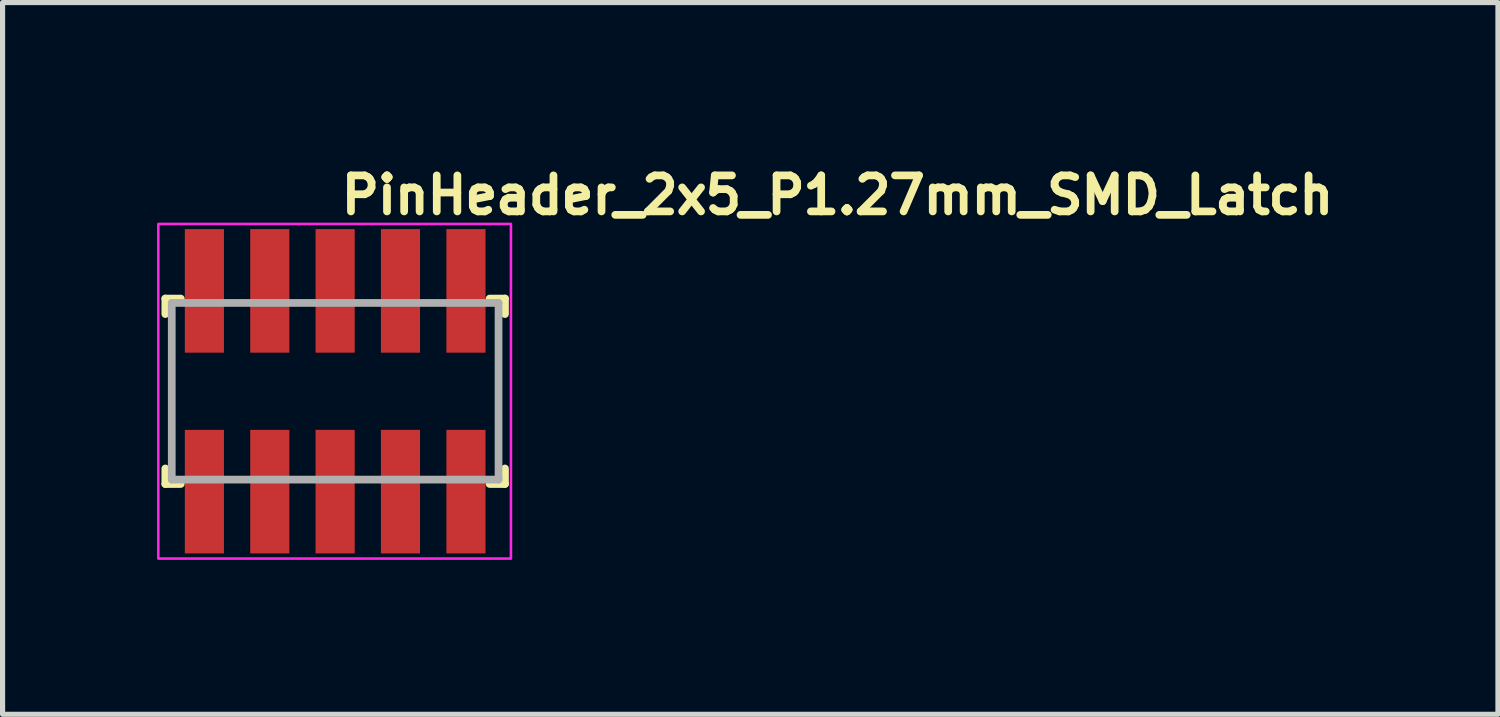
<source format=kicad_pcb>
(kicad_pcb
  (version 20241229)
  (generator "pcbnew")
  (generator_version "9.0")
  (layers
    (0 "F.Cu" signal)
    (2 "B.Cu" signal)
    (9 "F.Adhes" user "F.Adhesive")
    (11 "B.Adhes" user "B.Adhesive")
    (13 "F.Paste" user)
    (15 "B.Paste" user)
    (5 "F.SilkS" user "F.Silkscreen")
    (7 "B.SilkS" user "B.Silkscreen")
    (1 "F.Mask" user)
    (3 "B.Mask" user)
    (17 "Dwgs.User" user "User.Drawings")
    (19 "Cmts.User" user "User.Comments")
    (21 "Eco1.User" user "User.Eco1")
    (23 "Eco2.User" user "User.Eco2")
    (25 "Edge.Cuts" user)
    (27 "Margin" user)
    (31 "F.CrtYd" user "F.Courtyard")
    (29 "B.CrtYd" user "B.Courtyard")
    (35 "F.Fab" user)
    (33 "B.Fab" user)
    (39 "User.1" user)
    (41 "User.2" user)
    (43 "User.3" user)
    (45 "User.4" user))
  (footprint "PinHeader_2x5_P1.27mm_SMD_Latch"
    (layer "F.Cu")
    (at 3.501 4.55)
    (property "Reference" "PinHeader_2x5_P1.27mm_SMD_Latch" (at 0 -3.4 0) (layer "F.SilkS") (effects (font (size 0.7 0.7) (thickness 0.15)) (justify left bottom)))
    (attr smd)
    (fp_line (start -3.34 -1.801) (end -3.34 -1.5) (stroke (width 0.15) (type solid)) (layer "F.SilkS"))
    (fp_line (start -3.34 1.8) (end -3.34 1.499) (stroke (width 0.15) (type solid)) (layer "F.SilkS"))
    (fp_line (start -3.04 -1.801) (end -3.34 -1.801) (stroke (width 0.15) (type solid)) (layer "F.SilkS"))
    (fp_line (start -3.04 1.8) (end -3.34 1.8) (stroke (width 0.15) (type solid)) (layer "F.SilkS"))
    (fp_line (start 2.959 -1.801) (end 3.257 -1.801) (stroke (width 0.15) (type solid)) (layer "F.SilkS"))
    (fp_line (start 2.959 1.8) (end 3.257 1.8) (stroke (width 0.15) (type solid)) (layer "F.SilkS"))
    (fp_line (start 3.257 -1.801) (end 3.257 -1.5) (stroke (width 0.15) (type solid)) (layer "F.SilkS"))
    (fp_line (start 3.257 1.8) (end 3.257 1.499) (stroke (width 0.15) (type solid)) (layer "F.SilkS"))
    (fp_rect (start -3.476 -3.25) (end 3.373 3.249) (stroke (width 0.05) (type solid)) (fill no) (layer "F.CrtYd"))
    (fp_line (start -3.215 -1.716) (end -3.215 1.715) (stroke (width 0.15) (type solid)) (layer "F.Fab"))
    (fp_line (start 3.132 -1.716) (end -3.215 -1.716) (stroke (width 0.15) (type solid)) (layer "F.Fab"))
    (fp_line (start 3.132 -1.716) (end 3.132 1.715) (stroke (width 0.15) (type solid)) (layer "F.Fab"))
    (fp_line (start 3.132 1.715) (end -3.215 1.715) (stroke (width 0.15) (type solid)) (layer "F.Fab"))
    (fp_rect (start -3.176 -2.75) (end 3.173 2.749) (stroke (width 0.1) (type solid)) (fill no) (layer "User.5"))
    (fp_line (start -3.176 -1.44) (end -3.176 1.439) (stroke (width 0.02) (type solid)) (layer "User.9"))
    (fp_line (start -3.176 1.439) (end -3.025 1.699) (stroke (width 0.02) (type solid)) (layer "User.9"))
    (fp_line (start -3.025 -1.7) (end -3.176 -1.44) (stroke (width 0.02) (type solid)) (layer "User.9"))
    (fp_line (start -3.025 1.699) (end -2.057 1.699) (stroke (width 0.02) (type solid)) (layer "User.9"))
    (fp_line (start -2.742 -1.7) (end -2.742 -2.75) (stroke (width 0.02) (type solid)) (layer "User.9"))
    (fp_line (start -2.742 -0.835) (end -2.742 -0.435) (stroke (width 0.02) (type solid)) (layer "User.9"))
    (fp_line (start -2.742 -0.435) (end -2.34 -0.435) (stroke (width 0.02) (type solid)) (layer "User.9"))
    (fp_line (start -2.742 0.433) (end -2.34 0.433) (stroke (width 0.02) (type solid)) (layer "User.9"))
    (fp_line (start -2.742 0.833) (end -2.742 0.433) (stroke (width 0.02) (type solid)) (layer "User.9"))
    (fp_line (start -2.742 1.699) (end -2.742 2.749) (stroke (width 0.02) (type solid)) (layer "User.9"))
    (fp_line (start -2.34 -2.75) (end -2.742 -2.75) (stroke (width 0.02) (type solid)) (layer "User.9"))
    (fp_line (start -2.34 -1.7) (end -2.34 -2.75) (stroke (width 0.02) (type solid)) (layer "User.9"))
    (fp_line (start -2.34 -0.835) (end -2.742 -0.835) (stroke (width 0.02) (type solid)) (layer "User.9"))
    (fp_line (start -2.34 -0.435) (end -2.34 -0.835) (stroke (width 0.02) (type solid)) (layer "User.9"))
    (fp_line (start -2.34 0.433) (end -2.34 0.833) (stroke (width 0.02) (type solid)) (layer "User.9"))
    (fp_line (start -2.34 0.833) (end -2.742 0.833) (stroke (width 0.02) (type solid)) (layer "User.9"))
    (fp_line (start -2.34 1.699) (end -2.34 2.749) (stroke (width 0.02) (type solid)) (layer "User.9"))
    (fp_line (start -2.34 2.749) (end -2.742 2.749) (stroke (width 0.02) (type solid)) (layer "User.9"))
    (fp_line (start -2.057 -1.7) (end -3.025 -1.7) (stroke (width 0.02) (type solid)) (layer "User.9"))
    (fp_line (start -2.057 1.699) (end -1.905 1.439) (stroke (width 0.02) (type solid)) (layer "User.9"))
    (fp_line (start -1.905 -1.44) (end -2.057 -1.7) (stroke (width 0.02) (type solid)) (layer "User.9"))
    (fp_line (start -1.905 1.439) (end -1.756 1.699) (stroke (width 0.02) (type solid)) (layer "User.9"))
    (fp_line (start -1.756 -1.7) (end -1.905 -1.44) (stroke (width 0.02) (type solid)) (layer "User.9"))
    (fp_line (start -1.756 1.699) (end -0.787 1.699) (stroke (width 0.02) (type solid)) (layer "User.9"))
    (fp_line (start -1.47 -1.7) (end -1.47 -2.75) (stroke (width 0.02) (type solid)) (layer "User.9"))
    (fp_line (start -1.47 -0.835) (end -1.47 -0.435) (stroke (width 0.02) (type solid)) (layer "User.9"))
    (fp_line (start -1.47 -0.435) (end -1.071 -0.435) (stroke (width 0.02) (type solid)) (layer "User.9"))
    (fp_line (start -1.47 0.433) (end -1.071 0.433) (stroke (width 0.02) (type solid)) (layer "User.9"))
    (fp_line (start -1.47 0.833) (end -1.47 0.433) (stroke (width 0.02) (type solid)) (layer "User.9"))
    (fp_line (start -1.47 1.699) (end -1.47 2.749) (stroke (width 0.02) (type solid)) (layer "User.9"))
    (fp_line (start -1.071 -2.75) (end -1.47 -2.75) (stroke (width 0.02) (type solid)) (layer "User.9"))
    (fp_line (start -1.071 -1.7) (end -1.071 -2.75) (stroke (width 0.02) (type solid)) (layer "User.9"))
    (fp_line (start -1.071 -0.835) (end -1.47 -0.835) (stroke (width 0.02) (type solid)) (layer "User.9"))
    (fp_line (start -1.071 -0.435) (end -1.071 -0.835) (stroke (width 0.02) (type solid)) (layer "User.9"))
    (fp_line (start -1.071 0.433) (end -1.071 0.833) (stroke (width 0.02) (type solid)) (layer "User.9"))
    (fp_line (start -1.071 0.833) (end -1.47 0.833) (stroke (width 0.02) (type solid)) (layer "User.9"))
    (fp_line (start -1.071 1.699) (end -1.071 2.749) (stroke (width 0.02) (type solid)) (layer "User.9"))
    (fp_line (start -1.071 2.749) (end -1.47 2.749) (stroke (width 0.02) (type solid)) (layer "User.9"))
    (fp_line (start -0.787 -1.7) (end -1.756 -1.7) (stroke (width 0.02) (type solid)) (layer "User.9"))
    (fp_line (start -0.787 1.699) (end -0.635 1.439) (stroke (width 0.02) (type solid)) (layer "User.9"))
    (fp_line (start -0.635 -1.44) (end -0.787 -1.7) (stroke (width 0.02) (type solid)) (layer "User.9"))
    (fp_line (start -0.635 1.439) (end -0.486 1.699) (stroke (width 0.02) (type solid)) (layer "User.9"))
    (fp_line (start -0.486 -1.7) (end -0.635 -1.44) (stroke (width 0.02) (type solid)) (layer "User.9"))
    (fp_line (start -0.486 1.699) (end 0.483 1.699) (stroke (width 0.02) (type solid)) (layer "User.9"))
    (fp_line (start -0.202 -1.7) (end -0.202 -2.75) (stroke (width 0.02) (type solid)) (layer "User.9"))
    (fp_line (start -0.202 -0.835) (end -0.202 -0.435) (stroke (width 0.02) (type solid)) (layer "User.9"))
    (fp_line (start -0.202 -0.435) (end 0.199 -0.435) (stroke (width 0.02) (type solid)) (layer "User.9"))
    (fp_line (start -0.202 0.433) (end 0.199 0.433) (stroke (width 0.02) (type solid)) (layer "User.9"))
    (fp_line (start -0.202 0.833) (end -0.202 0.433) (stroke (width 0.02) (type solid)) (layer "User.9"))
    (fp_line (start -0.202 1.699) (end -0.202 2.749) (stroke (width 0.02) (type solid)) (layer "User.9"))
    (fp_line (start 0.199 -2.75) (end -0.202 -2.75) (stroke (width 0.02) (type solid)) (layer "User.9"))
    (fp_line (start 0.199 -1.7) (end 0.199 -2.75) (stroke (width 0.02) (type solid)) (layer "User.9"))
    (fp_line (start 0.199 -0.835) (end -0.202 -0.835) (stroke (width 0.02) (type solid)) (layer "User.9"))
    (fp_line (start 0.199 -0.435) (end 0.199 -0.835) (stroke (width 0.02) (type solid)) (layer "User.9"))
    (fp_line (start 0.199 0.433) (end 0.199 0.833) (stroke (width 0.02) (type solid)) (layer "User.9"))
    (fp_line (start 0.199 0.833) (end -0.202 0.833) (stroke (width 0.02) (type solid)) (layer "User.9"))
    (fp_line (start 0.199 1.699) (end 0.199 2.749) (stroke (width 0.02) (type solid)) (layer "User.9"))
    (fp_line (start 0.199 2.749) (end -0.202 2.749) (stroke (width 0.02) (type solid)) (layer "User.9"))
    (fp_line (start 0.483 -1.7) (end -0.486 -1.7) (stroke (width 0.02) (type solid)) (layer "User.9"))
    (fp_line (start 0.483 1.699) (end 0.633 1.439) (stroke (width 0.02) (type solid)) (layer "User.9"))
    (fp_line (start 0.633 -1.44) (end 0.483 -1.7) (stroke (width 0.02) (type solid)) (layer "User.9"))
    (fp_line (start 0.633 1.439) (end 0.784 1.699) (stroke (width 0.02) (type solid)) (layer "User.9"))
    (fp_line (start 0.784 -1.7) (end 0.633 -1.44) (stroke (width 0.02) (type solid)) (layer "User.9"))
    (fp_line (start 0.784 1.699) (end 1.753 1.699) (stroke (width 0.02) (type solid)) (layer "User.9"))
    (fp_line (start 1.07 -1.7) (end 1.07 -2.75) (stroke (width 0.02) (type solid)) (layer "User.9"))
    (fp_line (start 1.07 -0.835) (end 1.07 -0.435) (stroke (width 0.02) (type solid)) (layer "User.9"))
    (fp_line (start 1.07 -0.435) (end 1.469 -0.435) (stroke (width 0.02) (type solid)) (layer "User.9"))
    (fp_line (start 1.07 0.433) (end 1.469 0.433) (stroke (width 0.02) (type solid)) (layer "User.9"))
    (fp_line (start 1.07 0.833) (end 1.07 0.433) (stroke (width 0.02) (type solid)) (layer "User.9"))
    (fp_line (start 1.07 1.699) (end 1.07 2.749) (stroke (width 0.02) (type solid)) (layer "User.9"))
    (fp_line (start 1.469 -2.75) (end 1.07 -2.75) (stroke (width 0.02) (type solid)) (layer "User.9"))
    (fp_line (start 1.469 -1.7) (end 1.469 -2.75) (stroke (width 0.02) (type solid)) (layer "User.9"))
    (fp_line (start 1.469 -0.835) (end 1.07 -0.835) (stroke (width 0.02) (type solid)) (layer "User.9"))
    (fp_line (start 1.469 -0.435) (end 1.469 -0.835) (stroke (width 0.02) (type solid)) (layer "User.9"))
    (fp_line (start 1.469 0.433) (end 1.469 0.833) (stroke (width 0.02) (type solid)) (layer "User.9"))
    (fp_line (start 1.469 0.833) (end 1.07 0.833) (stroke (width 0.02) (type solid)) (layer "User.9"))
    (fp_line (start 1.469 1.699) (end 1.469 2.749) (stroke (width 0.02) (type solid)) (layer "User.9"))
    (fp_line (start 1.469 2.749) (end 1.07 2.749) (stroke (width 0.02) (type solid)) (layer "User.9"))
    (fp_line (start 1.753 -1.7) (end 0.784 -1.7) (stroke (width 0.02) (type solid)) (layer "User.9"))
    (fp_line (start 1.753 1.699) (end 1.904 1.439) (stroke (width 0.02) (type solid)) (layer "User.9"))
    (fp_line (start 1.904 -1.44) (end 1.753 -1.7) (stroke (width 0.02) (type solid)) (layer "User.9"))
    (fp_line (start 1.904 1.439) (end 2.055 1.699) (stroke (width 0.02) (type solid)) (layer "User.9"))
    (fp_line (start 2.055 -1.7) (end 1.904 -1.44) (stroke (width 0.02) (type solid)) (layer "User.9"))
    (fp_line (start 2.055 1.699) (end 3.023 1.699) (stroke (width 0.02) (type solid)) (layer "User.9"))
    (fp_line (start 2.338 -1.7) (end 2.338 -2.75) (stroke (width 0.02) (type solid)) (layer "User.9"))
    (fp_line (start 2.338 -0.835) (end 2.338 -0.435) (stroke (width 0.02) (type solid)) (layer "User.9"))
    (fp_line (start 2.338 -0.435) (end 2.738 -0.435) (stroke (width 0.02) (type solid)) (layer "User.9"))
    (fp_line (start 2.338 0.433) (end 2.738 0.433) (stroke (width 0.02) (type solid)) (layer "User.9"))
    (fp_line (start 2.338 0.833) (end 2.338 0.433) (stroke (width 0.02) (type solid)) (layer "User.9"))
    (fp_line (start 2.338 1.699) (end 2.338 2.749) (stroke (width 0.02) (type solid)) (layer "User.9"))
    (fp_line (start 2.738 -2.75) (end 2.338 -2.75) (stroke (width 0.02) (type solid)) (layer "User.9"))
    (fp_line (start 2.738 -1.7) (end 2.738 -2.75) (stroke (width 0.02) (type solid)) (layer "User.9"))
    (fp_line (start 2.738 -0.835) (end 2.338 -0.835) (stroke (width 0.02) (type solid)) (layer "User.9"))
    (fp_line (start 2.738 -0.435) (end 2.738 -0.835) (stroke (width 0.02) (type solid)) (layer "User.9"))
    (fp_line (start 2.738 0.433) (end 2.738 0.833) (stroke (width 0.02) (type solid)) (layer "User.9"))
    (fp_line (start 2.738 0.833) (end 2.338 0.833) (stroke (width 0.02) (type solid)) (layer "User.9"))
    (fp_line (start 2.738 1.699) (end 2.738 2.749) (stroke (width 0.02) (type solid)) (layer "User.9"))
    (fp_line (start 2.738 2.749) (end 2.338 2.749) (stroke (width 0.02) (type solid)) (layer "User.9"))
    (fp_line (start 3.023 -1.7) (end 2.055 -1.7) (stroke (width 0.02) (type solid)) (layer "User.9"))
    (fp_line (start 3.023 1.699) (end 3.173 1.439) (stroke (width 0.02) (type solid)) (layer "User.9"))
    (fp_line (start 3.173 -1.44) (end 3.023 -1.7) (stroke (width 0.02) (type solid)) (layer "User.9"))
    (fp_line (start 3.173 1.439) (end 3.173 -1.44) (stroke (width 0.02) (type solid)) (layer "User.9"))
    (pad "1" smd rect (at -2.581 1.949) (size 0.76 2.4) (layers "F.Cu" "F.Mask" "F.Paste"))
    (pad "2" smd rect (at -2.581 -1.95) (size 0.76 2.4) (layers "F.Cu" "F.Mask" "F.Paste"))
    (pad "3" smd rect (at -1.311 1.949) (size 0.76 2.4) (layers "F.Cu" "F.Mask" "F.Paste"))
    (pad "4" smd rect (at -1.311 -1.95) (size 0.76 2.4) (layers "F.Cu" "F.Mask" "F.Paste"))
    (pad "5" smd rect (at -0.042 1.949) (size 0.76 2.4) (layers "F.Cu" "F.Mask" "F.Paste"))
    (pad "6" smd rect (at -0.042 -1.95) (size 0.76 2.4) (layers "F.Cu" "F.Mask" "F.Paste"))
    (pad "7" smd rect (at 1.227 1.949) (size 0.76 2.4) (layers "F.Cu" "F.Mask" "F.Paste"))
    (pad "8" smd rect (at 1.227 -1.95) (size 0.76 2.4) (layers "F.Cu" "F.Mask" "F.Paste"))
    (pad "9" smd rect (at 2.499 1.949) (size 0.76 2.4) (layers "F.Cu" "F.Mask" "F.Paste"))
    (pad "10" smd rect (at 2.499 -1.95) (size 0.76 2.4) (layers "F.Cu" "F.Mask" "F.Paste")))
  (gr_rect
    (start -3 -3)
    (end 26.044 10.824)
    (stroke (width 0.1) (type default))
    (fill no)
    (layer "Edge.Cuts")))
</source>
